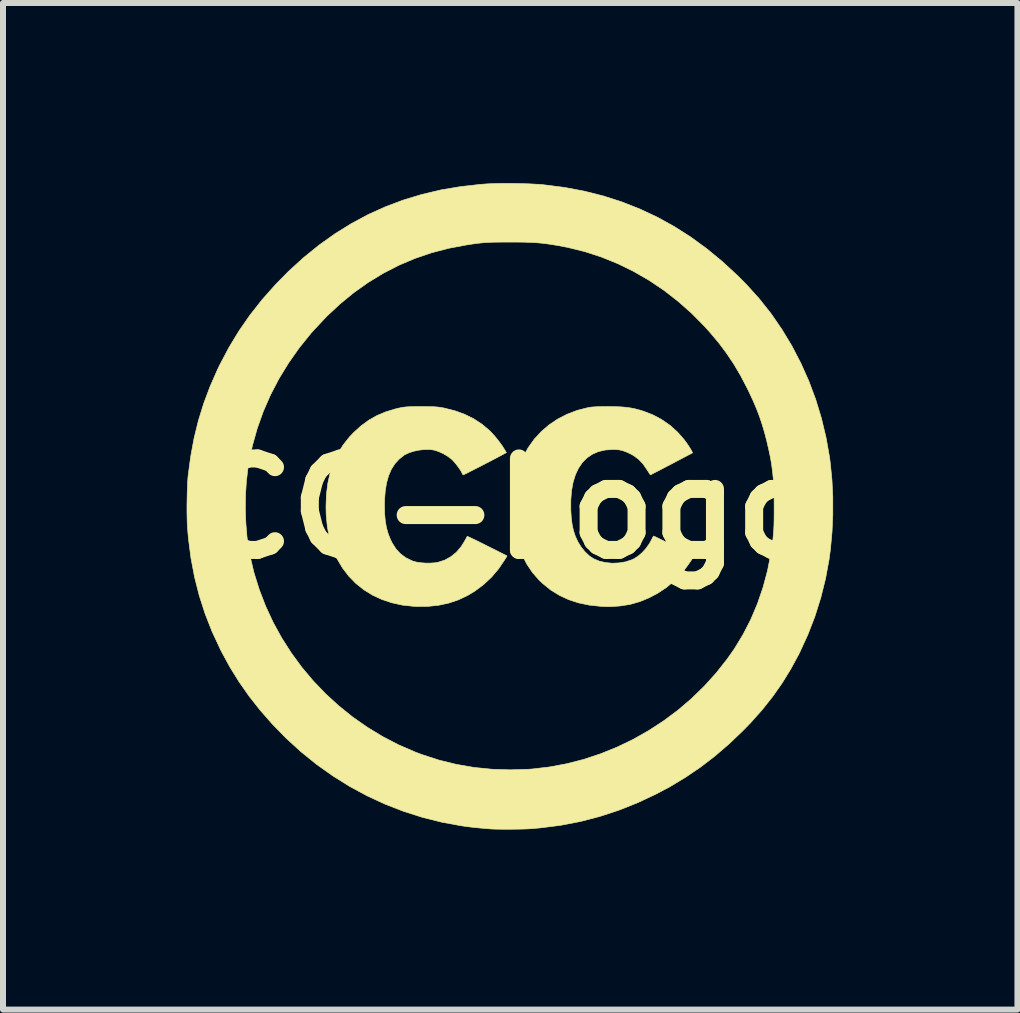
<source format=kicad_pcb>
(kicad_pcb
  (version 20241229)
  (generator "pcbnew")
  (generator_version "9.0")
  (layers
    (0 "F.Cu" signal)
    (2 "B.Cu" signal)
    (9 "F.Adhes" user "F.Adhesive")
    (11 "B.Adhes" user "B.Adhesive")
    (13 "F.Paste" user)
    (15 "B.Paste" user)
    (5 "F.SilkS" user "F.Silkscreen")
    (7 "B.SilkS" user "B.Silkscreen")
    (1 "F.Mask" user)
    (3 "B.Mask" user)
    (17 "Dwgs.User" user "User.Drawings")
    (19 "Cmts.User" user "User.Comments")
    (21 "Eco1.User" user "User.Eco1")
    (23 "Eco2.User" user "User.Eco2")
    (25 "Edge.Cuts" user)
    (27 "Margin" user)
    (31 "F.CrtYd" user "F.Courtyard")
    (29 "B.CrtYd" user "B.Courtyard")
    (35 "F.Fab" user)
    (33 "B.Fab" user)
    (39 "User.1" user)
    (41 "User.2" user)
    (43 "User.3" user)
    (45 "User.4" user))
  (footprint "CC-Logo"
    (layer "F.Cu")
    (at 5.45 5.422)
    (property "Reference" "CC-Logo" (at 0 0 0) (layer "F.SilkS") (effects (font (size 1.524 1.524) (thickness 0.3))))
    (attr through_hole)
    (fp_poly (pts (xy -1.397 -1.698) (xy -1.329 -1.697) (xy -1.274 -1.696) (xy -1.229 -1.693) (xy -1.19 -1.689) (xy -1.152 -1.683) (xy -1.111 -1.676) (xy -1.101 -1.674) (xy -0.922 -1.629) (xy -0.757 -1.569) (xy -0.606 -1.494) (xy -0.469 -1.404) (xy -0.344 -1.298) (xy -0.322 -1.276) (xy -0.257 -1.205) (xy -0.193 -1.126) (xy -0.135 -1.047) (xy -0.097 -0.987) (xy -0.064 -0.932) (xy -0.151 -0.885) (xy -0.209 -0.854) (xy -0.274 -0.82) (xy -0.344 -0.783) (xy -0.417 -0.746) (xy -0.489 -0.708) (xy -0.558 -0.673) (xy -0.623 -0.64) (xy -0.68 -0.611) (xy -0.726 -0.587) (xy -0.761 -0.571) (xy -0.78 -0.562) (xy -0.782 -0.561) (xy -0.793 -0.57) (xy -0.799 -0.582) (xy -0.813 -0.613) (xy -0.839 -0.654) (xy -0.872 -0.701) (xy -0.909 -0.748) (xy -0.946 -0.791) (xy -0.972 -0.818) (xy -1.036 -0.867) (xy -1.111 -0.912) (xy -1.192 -0.949) (xy -1.268 -0.974) (xy -1.269 -0.974) (xy -1.342 -0.984) (xy -1.426 -0.983) (xy -1.514 -0.974) (xy -1.602 -0.956) (xy -1.682 -0.931) (xy -1.749 -0.9) (xy -1.767 -0.89) (xy -1.851 -0.823) (xy -1.922 -0.745) (xy -1.98 -0.654) (xy -2.026 -0.548) (xy -2.06 -0.428) (xy -2.082 -0.292) (xy -2.094 -0.139) (xy -2.095 -0.047) (xy -2.092 0.09) (xy -2.081 0.21) (xy -2.062 0.318) (xy -2.034 0.418) (xy -1.996 0.514) (xy -1.965 0.576) (xy -1.903 0.673) (xy -1.827 0.755) (xy -1.737 0.821) (xy -1.632 0.872) (xy -1.621 0.876) (xy -1.563 0.892) (xy -1.491 0.903) (xy -1.411 0.909) (xy -1.331 0.909) (xy -1.256 0.904) (xy -1.201 0.895) (xy -1.091 0.859) (xy -0.991 0.804) (xy -0.9 0.731) (xy -0.822 0.641) (xy -0.77 0.56) (xy -0.748 0.521) (xy -0.73 0.489) (xy -0.719 0.468) (xy -0.717 0.463) (xy -0.707 0.466) (xy -0.681 0.478) (xy -0.64 0.497) (xy -0.587 0.522) (xy -0.523 0.553) (xy -0.451 0.589) (xy -0.384 0.623) (xy -0.053 0.789) (xy -0.091 0.852) (xy -0.193 1.003) (xy -0.311 1.142) (xy -0.443 1.266) (xy -0.587 1.374) (xy -0.704 1.445) (xy -0.859 1.519) (xy -1.021 1.574) (xy -1.191 1.611) (xy -1.371 1.63) (xy -1.561 1.631) (xy -1.609 1.629) (xy -1.796 1.609) (xy -1.973 1.57) (xy -2.14 1.514) (xy -2.297 1.441) (xy -2.441 1.352) (xy -2.572 1.247) (xy -2.69 1.126) (xy -2.794 0.99) (xy -2.883 0.84) (xy -2.894 0.818) (xy -2.961 0.659) (xy -3.012 0.487) (xy -3.047 0.302) (xy -3.066 0.104) (xy -3.069 -0.032) (xy -3.062 -0.235) (xy -3.038 -0.424) (xy -2.999 -0.6) (xy -2.944 -0.764) (xy -2.872 -0.917) (xy -2.783 -1.06) (xy -2.677 -1.194) (xy -2.609 -1.265) (xy -2.486 -1.377) (xy -2.358 -1.471) (xy -2.223 -1.548) (xy -2.076 -1.61) (xy -1.915 -1.659) (xy -1.852 -1.674) (xy -1.814 -1.682) (xy -1.779 -1.688) (xy -1.743 -1.692) (xy -1.703 -1.695) (xy -1.653 -1.697) (xy -1.592 -1.698) (xy -1.514 -1.698) (xy -1.482 -1.698) (xy -1.397 -1.698)) (stroke (width 0.01) (type solid)) (fill yes) (layer "F.SilkS"))
    (fp_poly (pts (xy 1.746 -1.697) (xy 1.841 -1.694) (xy 1.924 -1.687) (xy 1.999 -1.677) (xy 2.072 -1.663) (xy 2.148 -1.643) (xy 2.216 -1.623) (xy 2.374 -1.562) (xy 2.524 -1.482) (xy 2.662 -1.386) (xy 2.788 -1.273) (xy 2.899 -1.146) (xy 2.934 -1.099) (xy 2.963 -1.057) (xy 2.99 -1.015) (xy 3.013 -0.977) (xy 3.029 -0.948) (xy 3.036 -0.93) (xy 3.036 -0.927) (xy 3.025 -0.921) (xy 2.999 -0.907) (xy 2.958 -0.886) (xy 2.907 -0.859) (xy 2.847 -0.827) (xy 2.781 -0.793) (xy 2.712 -0.756) (xy 2.642 -0.72) (xy 2.573 -0.684) (xy 2.509 -0.65) (xy 2.451 -0.62) (xy 2.402 -0.595) (xy 2.365 -0.576) (xy 2.342 -0.564) (xy 2.336 -0.561) (xy 2.329 -0.569) (xy 2.314 -0.592) (xy 2.293 -0.625) (xy 2.277 -0.649) (xy 2.211 -0.745) (xy 2.137 -0.822) (xy 2.054 -0.883) (xy 1.995 -0.915) (xy 1.928 -0.945) (xy 1.872 -0.965) (xy 1.818 -0.977) (xy 1.76 -0.983) (xy 1.707 -0.984) (xy 1.582 -0.975) (xy 1.469 -0.949) (xy 1.368 -0.905) (xy 1.279 -0.844) (xy 1.202 -0.767) (xy 1.138 -0.673) (xy 1.086 -0.563) (xy 1.047 -0.437) (xy 1.021 -0.295) (xy 1.009 -0.138) (xy 1.009 0.026) (xy 1.017 0.153) (xy 1.031 0.263) (xy 1.052 0.362) (xy 1.082 0.454) (xy 1.084 0.46) (xy 1.128 0.555) (xy 1.183 0.643) (xy 1.247 0.722) (xy 1.317 0.788) (xy 1.388 0.836) (xy 1.483 0.876) (xy 1.588 0.9) (xy 1.699 0.911) (xy 1.812 0.906) (xy 1.922 0.888) (xy 2.024 0.854) (xy 2.067 0.834) (xy 2.133 0.791) (xy 2.2 0.733) (xy 2.262 0.664) (xy 2.315 0.59) (xy 2.338 0.55) (xy 2.358 0.511) (xy 2.374 0.48) (xy 2.385 0.461) (xy 2.387 0.457) (xy 2.396 0.461) (xy 2.422 0.473) (xy 2.462 0.492) (xy 2.512 0.517) (xy 2.571 0.546) (xy 2.636 0.578) (xy 2.705 0.611) (xy 2.774 0.646) (xy 2.841 0.679) (xy 2.903 0.71) (xy 2.958 0.738) (xy 3.004 0.761) (xy 3.037 0.778) (xy 3.055 0.787) (xy 3.057 0.789) (xy 3.054 0.8) (xy 3.04 0.824) (xy 3.018 0.858) (xy 2.99 0.9) (xy 2.958 0.945) (xy 2.925 0.99) (xy 2.892 1.033) (xy 2.863 1.07) (xy 2.851 1.084) (xy 2.733 1.206) (xy 2.601 1.315) (xy 2.459 1.41) (xy 2.309 1.489) (xy 2.154 1.552) (xy 1.996 1.597) (xy 1.837 1.622) (xy 1.804 1.625) (xy 1.758 1.628) (xy 1.713 1.631) (xy 1.68 1.633) (xy 1.677 1.634) (xy 1.65 1.634) (xy 1.607 1.633) (xy 1.556 1.632) (xy 1.508 1.629) (xy 1.318 1.609) (xy 1.14 1.572) (xy 0.974 1.518) (xy 0.819 1.446) (xy 0.675 1.357) (xy 0.542 1.25) (xy 0.481 1.192) (xy 0.37 1.065) (xy 0.276 0.925) (xy 0.197 0.771) (xy 0.134 0.603) (xy 0.087 0.422) (xy 0.057 0.228) (xy 0.054 0.197) (xy 0.043 0.01) (xy 0.047 -0.176) (xy 0.066 -0.357) (xy 0.098 -0.53) (xy 0.144 -0.69) (xy 0.145 -0.693) (xy 0.214 -0.859) (xy 0.299 -1.014) (xy 0.4 -1.155) (xy 0.517 -1.282) (xy 0.647 -1.394) (xy 0.791 -1.491) (xy 0.947 -1.571) (xy 1.114 -1.635) (xy 1.286 -1.679) (xy 1.323 -1.686) (xy 1.362 -1.691) (xy 1.407 -1.694) (xy 1.462 -1.697) (xy 1.53 -1.698) (xy 1.615 -1.699) (xy 1.635 -1.699) (xy 1.746 -1.697)) (stroke (width 0.01) (type solid)) (fill yes) (layer "F.SilkS"))
    (fp_poly (pts (xy 0.072 -5.416) (xy 0.199 -5.413) (xy 0.322 -5.409) (xy 0.437 -5.403) (xy 0.537 -5.396) (xy 0.571 -5.392) (xy 0.908 -5.349) (xy 1.236 -5.287) (xy 1.553 -5.207) (xy 1.861 -5.108) (xy 2.16 -4.99) (xy 2.451 -4.854) (xy 2.733 -4.698) (xy 3.008 -4.523) (xy 3.275 -4.328) (xy 3.535 -4.114) (xy 3.789 -3.879) (xy 3.937 -3.73) (xy 4.15 -3.494) (xy 4.348 -3.244) (xy 4.529 -2.98) (xy 4.695 -2.705) (xy 4.843 -2.419) (xy 4.975 -2.123) (xy 5.089 -1.818) (xy 5.184 -1.505) (xy 5.261 -1.185) (xy 5.319 -0.859) (xy 5.333 -0.751) (xy 5.36 -0.476) (xy 5.374 -0.191) (xy 5.374 0.1) (xy 5.361 0.391) (xy 5.335 0.675) (xy 5.312 0.847) (xy 5.253 1.168) (xy 5.174 1.485) (xy 5.076 1.797) (xy 4.959 2.1) (xy 4.824 2.394) (xy 4.81 2.423) (xy 4.675 2.672) (xy 4.53 2.908) (xy 4.371 3.134) (xy 4.197 3.353) (xy 4.006 3.568) (xy 3.868 3.709) (xy 3.638 3.928) (xy 3.405 4.128) (xy 3.166 4.311) (xy 2.918 4.479) (xy 2.659 4.635) (xy 2.429 4.757) (xy 2.12 4.902) (xy 1.808 5.026) (xy 1.491 5.13) (xy 1.168 5.214) (xy 0.84 5.277) (xy 0.504 5.32) (xy 0.344 5.334) (xy 0.293 5.337) (xy 0.227 5.339) (xy 0.151 5.341) (xy 0.068 5.342) (xy -0.018 5.343) (xy -0.101 5.343) (xy -0.179 5.342) (xy -0.246 5.341) (xy -0.299 5.339) (xy -0.323 5.338) (xy -0.424 5.329) (xy -0.508 5.322) (xy -0.579 5.315) (xy -0.642 5.308) (xy -0.701 5.301) (xy -0.759 5.293) (xy -0.815 5.285) (xy -1.141 5.225) (xy -1.461 5.145) (xy -1.775 5.045) (xy -2.082 4.926) (xy -2.381 4.788) (xy -2.672 4.631) (xy -2.954 4.455) (xy -3.226 4.262) (xy -3.487 4.051) (xy -3.737 3.823) (xy -3.961 3.593) (xy -4.164 3.362) (xy -4.348 3.129) (xy -4.516 2.889) (xy -4.67 2.641) (xy -4.812 2.38) (xy -4.832 2.339) (xy -4.968 2.047) (xy -5.084 1.75) (xy -5.181 1.449) (xy -5.259 1.141) (xy -5.319 0.824) (xy -5.361 0.498) (xy -5.377 0.312) (xy -5.381 0.239) (xy -5.383 0.151) (xy -5.385 0.051) (xy -5.385 0.014) (xy -4.413 0.014) (xy -4.404 0.247) (xy -4.385 0.475) (xy -4.354 0.692) (xy -4.339 0.773) (xy -4.27 1.065) (xy -4.181 1.35) (xy -4.074 1.628) (xy -3.949 1.897) (xy -3.806 2.157) (xy -3.646 2.407) (xy -3.471 2.646) (xy -3.28 2.873) (xy -3.075 3.087) (xy -2.856 3.287) (xy -2.624 3.474) (xy -2.38 3.644) (xy -2.125 3.799) (xy -1.859 3.937) (xy -1.582 4.057) (xy -1.47 4.099) (xy -1.187 4.191) (xy -0.898 4.262) (xy -0.603 4.313) (xy -0.304 4.343) (xy -0.000113 4.353) (xy 0.308 4.343) (xy 0.365 4.339) (xy 0.656 4.305) (xy 0.943 4.251) (xy 1.228 4.178) (xy 1.507 4.085) (xy 1.781 3.974) (xy 2.047 3.846) (xy 2.305 3.7) (xy 2.554 3.538) (xy 2.792 3.361) (xy 3.018 3.168) (xy 3.231 2.961) (xy 3.43 2.741) (xy 3.614 2.508) (xy 3.734 2.337) (xy 3.879 2.098) (xy 4.008 1.847) (xy 4.119 1.585) (xy 4.212 1.313) (xy 4.287 1.033) (xy 4.339 0.767) (xy 4.354 0.671) (xy 4.367 0.585) (xy 4.377 0.507) (xy 4.384 0.431) (xy 4.39 0.355) (xy 4.394 0.273) (xy 4.396 0.182) (xy 4.397 0.079) (xy 4.397 -0.037) (xy 4.396 -0.199) (xy 4.392 -0.344) (xy 4.384 -0.477) (xy 4.372 -0.602) (xy 4.356 -0.724) (xy 4.336 -0.846) (xy 4.309 -0.974) (xy 4.277 -1.111) (xy 4.275 -1.122) (xy 4.236 -1.271) (xy 4.195 -1.408) (xy 4.151 -1.539) (xy 4.101 -1.668) (xy 4.044 -1.802) (xy 3.977 -1.945) (xy 3.947 -2.006) (xy 3.839 -2.213) (xy 3.725 -2.406) (xy 3.604 -2.587) (xy 3.471 -2.764) (xy 3.323 -2.94) (xy 3.241 -3.031) (xy 3.025 -3.25) (xy 2.798 -3.451) (xy 2.56 -3.636) (xy 2.313 -3.802) (xy 2.057 -3.95) (xy 1.793 -4.079) (xy 1.522 -4.189) (xy 1.243 -4.28) (xy 0.959 -4.35) (xy 0.799 -4.381) (xy 0.705 -4.396) (xy 0.621 -4.409) (xy 0.543 -4.419) (xy 0.468 -4.426) (xy 0.39 -4.432) (xy 0.307 -4.435) (xy 0.215 -4.438) (xy 0.108 -4.439) (xy 0.005 -4.439) (xy -0.108 -4.439) (xy -0.204 -4.438) (xy -0.287 -4.437) (xy -0.36 -4.434) (xy -0.427 -4.43) (xy -0.493 -4.424) (xy -0.56 -4.416) (xy -0.634 -4.406) (xy -0.717 -4.393) (xy -0.736 -4.39) (xy -1.029 -4.335) (xy -1.314 -4.26) (xy -1.589 -4.166) (xy -1.856 -4.053) (xy -2.114 -3.92) (xy -2.363 -3.769) (xy -2.604 -3.598) (xy -2.836 -3.408) (xy -3.06 -3.199) (xy -3.275 -2.97) (xy -3.32 -2.919) (xy -3.516 -2.676) (xy -3.694 -2.423) (xy -3.853 -2.163) (xy -3.993 -1.894) (xy -4.114 -1.617) (xy -4.215 -1.334) (xy -4.296 -1.045) (xy -4.356 -0.75) (xy -4.37 -0.667) (xy -4.396 -0.448) (xy -4.41 -0.22) (xy -4.413 0.014) (xy -5.385 0.014) (xy -5.385 -0.054) (xy -5.383 -0.162) (xy -5.381 -0.268) (xy -5.377 -0.367) (xy -5.373 -0.455) (xy -5.368 -0.527) (xy -5.366 -0.545) (xy -5.324 -0.862) (xy -5.268 -1.167) (xy -5.196 -1.461) (xy -5.107 -1.749) (xy -5.001 -2.032) (xy -4.877 -2.314) (xy -4.837 -2.397) (xy -4.685 -2.685) (xy -4.518 -2.96) (xy -4.334 -3.225) (xy -4.133 -3.48) (xy -3.913 -3.728) (xy -3.696 -3.949) (xy -3.445 -4.178) (xy -3.187 -4.387) (xy -2.922 -4.576) (xy -2.649 -4.746) (xy -2.368 -4.897) (xy -2.078 -5.028) (xy -1.78 -5.14) (xy -1.472 -5.233) (xy -1.155 -5.308) (xy -0.828 -5.363) (xy -0.491 -5.401) (xy -0.381 -5.409) (xy -0.286 -5.413) (xy -0.176 -5.416) (xy -0.055 -5.417) (xy 0.072 -5.416)) (stroke (width 0.01) (type solid)) (fill yes) (layer "F.SilkS")))
  (gr_rect
    (start -3 -3)
    (end 13.9 13.769)
    (stroke (width 0.1) (type default))
    (fill no)
    (layer "Edge.Cuts")))
</source>
